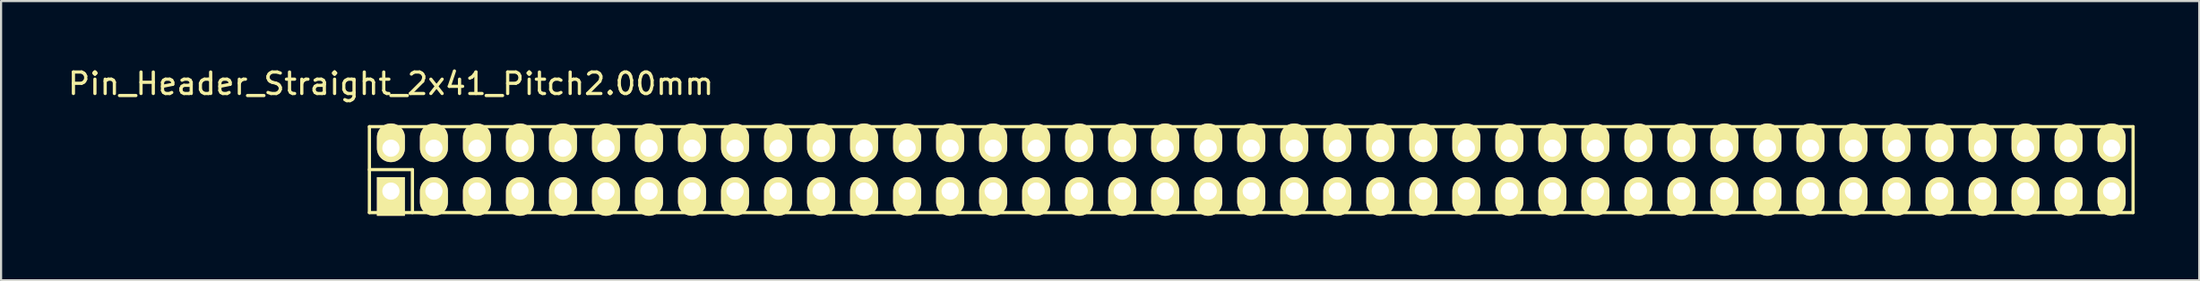
<source format=kicad_pcb>
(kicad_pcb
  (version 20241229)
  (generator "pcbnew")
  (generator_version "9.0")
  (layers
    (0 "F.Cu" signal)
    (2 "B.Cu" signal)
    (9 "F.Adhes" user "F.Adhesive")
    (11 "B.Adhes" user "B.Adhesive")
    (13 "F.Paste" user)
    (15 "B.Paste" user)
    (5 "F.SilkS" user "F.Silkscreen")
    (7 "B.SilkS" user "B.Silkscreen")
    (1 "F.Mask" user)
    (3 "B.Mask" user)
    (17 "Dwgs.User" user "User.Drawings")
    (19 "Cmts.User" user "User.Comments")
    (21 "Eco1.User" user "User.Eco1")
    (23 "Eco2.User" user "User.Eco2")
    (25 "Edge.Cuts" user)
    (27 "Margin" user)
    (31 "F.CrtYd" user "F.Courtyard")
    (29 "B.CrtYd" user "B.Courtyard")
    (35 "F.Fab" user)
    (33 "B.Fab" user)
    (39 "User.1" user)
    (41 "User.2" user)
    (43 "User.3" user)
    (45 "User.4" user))
  (footprint "Pin_Header_Straight_2x41_Pitch2.00mm"
    (layer "F.Cu")
    (at 15.125 5.848)
    (property "Reference" "Pin_Header_Straight_2x41_Pitch2.00mm" (at 0 -5 0) (layer "F.SilkS") (effects (font (size 1 1) (thickness 0.15))))
    (attr through_hole)
    (fp_line (start -1 -3) (end 81 -3) (stroke (width 0.15) (type solid)) (layer "F.SilkS"))
    (fp_line (start -1 -1) (end 1 -1) (stroke (width 0.15) (type solid)) (layer "F.SilkS"))
    (fp_line (start -1 1) (end -1 -3) (stroke (width 0.15) (type solid)) (layer "F.SilkS"))
    (fp_line (start 1 -1) (end 1 1) (stroke (width 0.15) (type solid)) (layer "F.SilkS"))
    (fp_line (start 81 -3) (end 81 1) (stroke (width 0.15) (type solid)) (layer "F.SilkS"))
    (fp_line (start 81 1) (end -1 1) (stroke (width 0.15) (type solid)) (layer "F.SilkS"))
    (pad "1" thru_hole rect (at 0 0) (size 1.3 1.8) (drill 0.8 (offset 0 0.25)) (layers "*.Cu" "*.Mask" "F.SilkS"))
    (pad "2" thru_hole oval (at 0 -2) (size 1.3 1.8) (drill 0.8 (offset 0 -0.25)) (layers "*.Cu" "*.Mask" "F.SilkS"))
    (pad "3" thru_hole oval (at 2 0) (size 1.3 1.8) (drill 0.8 (offset 0 0.25)) (layers "*.Cu" "*.Mask" "F.SilkS"))
    (pad "4" thru_hole oval (at 2 -2) (size 1.3 1.8) (drill 0.8 (offset 0 -0.25)) (layers "*.Cu" "*.Mask" "F.SilkS"))
    (pad "5" thru_hole oval (at 4 0) (size 1.3 1.8) (drill 0.8 (offset 0 0.25)) (layers "*.Cu" "*.Mask" "F.SilkS"))
    (pad "6" thru_hole oval (at 4 -2) (size 1.3 1.8) (drill 0.8 (offset 0 -0.25)) (layers "*.Cu" "*.Mask" "F.SilkS"))
    (pad "7" thru_hole oval (at 6 0) (size 1.3 1.8) (drill 0.8 (offset 0 0.25)) (layers "*.Cu" "*.Mask" "F.SilkS"))
    (pad "8" thru_hole oval (at 6 -2) (size 1.3 1.8) (drill 0.8 (offset 0 -0.25)) (layers "*.Cu" "*.Mask" "F.SilkS"))
    (pad "9" thru_hole oval (at 8 0) (size 1.3 1.8) (drill 0.8 (offset 0 0.25)) (layers "*.Cu" "*.Mask" "F.SilkS"))
    (pad "10" thru_hole oval (at 8 -2) (size 1.3 1.8) (drill 0.8 (offset 0 -0.25)) (layers "*.Cu" "*.Mask" "F.SilkS"))
    (pad "11" thru_hole oval (at 10 0) (size 1.3 1.8) (drill 0.8 (offset 0 0.25)) (layers "*.Cu" "*.Mask" "F.SilkS"))
    (pad "12" thru_hole oval (at 10 -2) (size 1.3 1.8) (drill 0.8 (offset 0 -0.25)) (layers "*.Cu" "*.Mask" "F.SilkS"))
    (pad "13" thru_hole oval (at 12 0) (size 1.3 1.8) (drill 0.8 (offset 0 0.25)) (layers "*.Cu" "*.Mask" "F.SilkS"))
    (pad "14" thru_hole oval (at 12 -2) (size 1.3 1.8) (drill 0.8 (offset 0 -0.25)) (layers "*.Cu" "*.Mask" "F.SilkS"))
    (pad "15" thru_hole oval (at 14 0) (size 1.3 1.8) (drill 0.8 (offset 0 0.25)) (layers "*.Cu" "*.Mask" "F.SilkS"))
    (pad "16" thru_hole oval (at 14 -2) (size 1.3 1.8) (drill 0.8 (offset 0 -0.25)) (layers "*.Cu" "*.Mask" "F.SilkS"))
    (pad "17" thru_hole oval (at 16 0) (size 1.3 1.8) (drill 0.8 (offset 0 0.25)) (layers "*.Cu" "*.Mask" "F.SilkS"))
    (pad "18" thru_hole oval (at 16 -2) (size 1.3 1.8) (drill 0.8 (offset 0 -0.25)) (layers "*.Cu" "*.Mask" "F.SilkS"))
    (pad "19" thru_hole oval (at 18 0) (size 1.3 1.8) (drill 0.8 (offset 0 0.25)) (layers "*.Cu" "*.Mask" "F.SilkS"))
    (pad "20" thru_hole oval (at 18 -2) (size 1.3 1.8) (drill 0.8 (offset 0 -0.25)) (layers "*.Cu" "*.Mask" "F.SilkS"))
    (pad "21" thru_hole oval (at 20 0) (size 1.3 1.8) (drill 0.8 (offset 0 0.25)) (layers "*.Cu" "*.Mask" "F.SilkS"))
    (pad "22" thru_hole oval (at 20 -2) (size 1.3 1.8) (drill 0.8 (offset 0 -0.25)) (layers "*.Cu" "*.Mask" "F.SilkS"))
    (pad "23" thru_hole oval (at 22 0) (size 1.3 1.8) (drill 0.8 (offset 0 0.25)) (layers "*.Cu" "*.Mask" "F.SilkS"))
    (pad "24" thru_hole oval (at 22 -2) (size 1.3 1.8) (drill 0.8 (offset 0 -0.25)) (layers "*.Cu" "*.Mask" "F.SilkS"))
    (pad "25" thru_hole oval (at 24 0) (size 1.3 1.8) (drill 0.8 (offset 0 0.25)) (layers "*.Cu" "*.Mask" "F.SilkS"))
    (pad "26" thru_hole oval (at 24 -2) (size 1.3 1.8) (drill 0.8 (offset 0 -0.25)) (layers "*.Cu" "*.Mask" "F.SilkS"))
    (pad "27" thru_hole oval (at 26 0) (size 1.3 1.8) (drill 0.8 (offset 0 0.25)) (layers "*.Cu" "*.Mask" "F.SilkS"))
    (pad "28" thru_hole oval (at 26 -2) (size 1.3 1.8) (drill 0.8 (offset 0 -0.25)) (layers "*.Cu" "*.Mask" "F.SilkS"))
    (pad "29" thru_hole oval (at 28 0) (size 1.3 1.8) (drill 0.8 (offset 0 0.25)) (layers "*.Cu" "*.Mask" "F.SilkS"))
    (pad "30" thru_hole oval (at 28 -2) (size 1.3 1.8) (drill 0.8 (offset 0 -0.25)) (layers "*.Cu" "*.Mask" "F.SilkS"))
    (pad "31" thru_hole oval (at 30 0) (size 1.3 1.8) (drill 0.8 (offset 0 0.25)) (layers "*.Cu" "*.Mask" "F.SilkS"))
    (pad "32" thru_hole oval (at 30 -2) (size 1.3 1.8) (drill 0.8 (offset 0 -0.25)) (layers "*.Cu" "*.Mask" "F.SilkS"))
    (pad "33" thru_hole oval (at 32 0) (size 1.3 1.8) (drill 0.8 (offset 0 0.25)) (layers "*.Cu" "*.Mask" "F.SilkS"))
    (pad "34" thru_hole oval (at 32 -2) (size 1.3 1.8) (drill 0.8 (offset 0 -0.25)) (layers "*.Cu" "*.Mask" "F.SilkS"))
    (pad "35" thru_hole oval (at 34 0) (size 1.3 1.8) (drill 0.8 (offset 0 0.25)) (layers "*.Cu" "*.Mask" "F.SilkS"))
    (pad "36" thru_hole oval (at 34 -2) (size 1.3 1.8) (drill 0.8 (offset 0 -0.25)) (layers "*.Cu" "*.Mask" "F.SilkS"))
    (pad "37" thru_hole oval (at 36 0) (size 1.3 1.8) (drill 0.8 (offset 0 0.25)) (layers "*.Cu" "*.Mask" "F.SilkS"))
    (pad "38" thru_hole oval (at 36 -2) (size 1.3 1.8) (drill 0.8 (offset 0 -0.25)) (layers "*.Cu" "*.Mask" "F.SilkS"))
    (pad "39" thru_hole oval (at 38 0) (size 1.3 1.8) (drill 0.8 (offset 0 0.25)) (layers "*.Cu" "*.Mask" "F.SilkS"))
    (pad "40" thru_hole oval (at 38 -2) (size 1.3 1.8) (drill 0.8 (offset 0 -0.25)) (layers "*.Cu" "*.Mask" "F.SilkS"))
    (pad "41" thru_hole oval (at 40 0) (size 1.3 1.8) (drill 0.8 (offset 0 0.25)) (layers "*.Cu" "*.Mask" "F.SilkS"))
    (pad "42" thru_hole oval (at 40 -2) (size 1.3 1.8) (drill 0.8 (offset 0 -0.25)) (layers "*.Cu" "*.Mask" "F.SilkS"))
    (pad "43" thru_hole oval (at 42 0) (size 1.3 1.8) (drill 0.8 (offset 0 0.25)) (layers "*.Cu" "*.Mask" "F.SilkS"))
    (pad "44" thru_hole oval (at 42 -2) (size 1.3 1.8) (drill 0.8 (offset 0 -0.25)) (layers "*.Cu" "*.Mask" "F.SilkS"))
    (pad "45" thru_hole oval (at 44 0) (size 1.3 1.8) (drill 0.8 (offset 0 0.25)) (layers "*.Cu" "*.Mask" "F.SilkS"))
    (pad "46" thru_hole oval (at 44 -2) (size 1.3 1.8) (drill 0.8 (offset 0 -0.25)) (layers "*.Cu" "*.Mask" "F.SilkS"))
    (pad "47" thru_hole oval (at 46 0) (size 1.3 1.8) (drill 0.8 (offset 0 0.25)) (layers "*.Cu" "*.Mask" "F.SilkS"))
    (pad "48" thru_hole oval (at 46 -2) (size 1.3 1.8) (drill 0.8 (offset 0 -0.25)) (layers "*.Cu" "*.Mask" "F.SilkS"))
    (pad "49" thru_hole oval (at 48 0) (size 1.3 1.8) (drill 0.8 (offset 0 0.25)) (layers "*.Cu" "*.Mask" "F.SilkS"))
    (pad "50" thru_hole oval (at 48 -2) (size 1.3 1.8) (drill 0.8 (offset 0 -0.25)) (layers "*.Cu" "*.Mask" "F.SilkS"))
    (pad "51" thru_hole oval (at 50 0) (size 1.3 1.8) (drill 0.8 (offset 0 0.25)) (layers "*.Cu" "*.Mask" "F.SilkS"))
    (pad "52" thru_hole oval (at 50 -2) (size 1.3 1.8) (drill 0.8 (offset 0 -0.25)) (layers "*.Cu" "*.Mask" "F.SilkS"))
    (pad "53" thru_hole oval (at 52 0) (size 1.3 1.8) (drill 0.8 (offset 0 0.25)) (layers "*.Cu" "*.Mask" "F.SilkS"))
    (pad "54" thru_hole oval (at 52 -2) (size 1.3 1.8) (drill 0.8 (offset 0 -0.25)) (layers "*.Cu" "*.Mask" "F.SilkS"))
    (pad "55" thru_hole oval (at 54 0) (size 1.3 1.8) (drill 0.8 (offset 0 0.25)) (layers "*.Cu" "*.Mask" "F.SilkS"))
    (pad "56" thru_hole oval (at 54 -2) (size 1.3 1.8) (drill 0.8 (offset 0 -0.25)) (layers "*.Cu" "*.Mask" "F.SilkS"))
    (pad "57" thru_hole oval (at 56 0) (size 1.3 1.8) (drill 0.8 (offset 0 0.25)) (layers "*.Cu" "*.Mask" "F.SilkS"))
    (pad "58" thru_hole oval (at 56 -2) (size 1.3 1.8) (drill 0.8 (offset 0 -0.25)) (layers "*.Cu" "*.Mask" "F.SilkS"))
    (pad "59" thru_hole oval (at 58 0) (size 1.3 1.8) (drill 0.8 (offset 0 0.25)) (layers "*.Cu" "*.Mask" "F.SilkS"))
    (pad "60" thru_hole oval (at 58 -2) (size 1.3 1.8) (drill 0.8 (offset 0 -0.25)) (layers "*.Cu" "*.Mask" "F.SilkS"))
    (pad "61" thru_hole oval (at 60 0) (size 1.3 1.8) (drill 0.8 (offset 0 0.25)) (layers "*.Cu" "*.Mask" "F.SilkS"))
    (pad "62" thru_hole oval (at 60 -2) (size 1.3 1.8) (drill 0.8 (offset 0 -0.25)) (layers "*.Cu" "*.Mask" "F.SilkS"))
    (pad "63" thru_hole oval (at 62 0) (size 1.3 1.8) (drill 0.8 (offset 0 0.25)) (layers "*.Cu" "*.Mask" "F.SilkS"))
    (pad "64" thru_hole oval (at 62 -2) (size 1.3 1.8) (drill 0.8 (offset 0 -0.25)) (layers "*.Cu" "*.Mask" "F.SilkS"))
    (pad "65" thru_hole oval (at 64 0) (size 1.3 1.8) (drill 0.8 (offset 0 0.25)) (layers "*.Cu" "*.Mask" "F.SilkS"))
    (pad "66" thru_hole oval (at 64 -2) (size 1.3 1.8) (drill 0.8 (offset 0 -0.25)) (layers "*.Cu" "*.Mask" "F.SilkS"))
    (pad "67" thru_hole oval (at 66 0) (size 1.3 1.8) (drill 0.8 (offset 0 0.25)) (layers "*.Cu" "*.Mask" "F.SilkS"))
    (pad "68" thru_hole oval (at 66 -2) (size 1.3 1.8) (drill 0.8 (offset 0 -0.25)) (layers "*.Cu" "*.Mask" "F.SilkS"))
    (pad "69" thru_hole oval (at 68 0) (size 1.3 1.8) (drill 0.8 (offset 0 0.25)) (layers "*.Cu" "*.Mask" "F.SilkS"))
    (pad "70" thru_hole oval (at 68 -2) (size 1.3 1.8) (drill 0.8 (offset 0 -0.25)) (layers "*.Cu" "*.Mask" "F.SilkS"))
    (pad "71" thru_hole oval (at 70 0) (size 1.3 1.8) (drill 0.8 (offset 0 0.25)) (layers "*.Cu" "*.Mask" "F.SilkS"))
    (pad "72" thru_hole oval (at 70 -2) (size 1.3 1.8) (drill 0.8 (offset 0 -0.25)) (layers "*.Cu" "*.Mask" "F.SilkS"))
    (pad "73" thru_hole oval (at 72 0) (size 1.3 1.8) (drill 0.8 (offset 0 0.25)) (layers "*.Cu" "*.Mask" "F.SilkS"))
    (pad "74" thru_hole oval (at 72 -2) (size 1.3 1.8) (drill 0.8 (offset 0 -0.25)) (layers "*.Cu" "*.Mask" "F.SilkS"))
    (pad "75" thru_hole oval (at 74 0) (size 1.3 1.8) (drill 0.8 (offset 0 0.25)) (layers "*.Cu" "*.Mask" "F.SilkS"))
    (pad "76" thru_hole oval (at 74 -2) (size 1.3 1.8) (drill 0.8 (offset 0 -0.25)) (layers "*.Cu" "*.Mask" "F.SilkS"))
    (pad "77" thru_hole oval (at 76 0) (size 1.3 1.8) (drill 0.8 (offset 0 0.25)) (layers "*.Cu" "*.Mask" "F.SilkS"))
    (pad "78" thru_hole oval (at 76 -2) (size 1.3 1.8) (drill 0.8 (offset 0 -0.25)) (layers "*.Cu" "*.Mask" "F.SilkS"))
    (pad "79" thru_hole oval (at 78 0) (size 1.3 1.8) (drill 0.8 (offset 0 0.25)) (layers "*.Cu" "*.Mask" "F.SilkS"))
    (pad "80" thru_hole oval (at 78 -2) (size 1.3 1.8) (drill 0.8 (offset 0 -0.25)) (layers "*.Cu" "*.Mask" "F.SilkS"))
    (pad "81" thru_hole oval (at 80 0) (size 1.3 1.8) (drill 0.8 (offset 0 0.25)) (layers "*.Cu" "*.Mask" "F.SilkS"))
    (pad "82" thru_hole oval (at 80 -2) (size 1.3 1.8) (drill 0.8 (offset 0 -0.25)) (layers "*.Cu" "*.Mask" "F.SilkS")))
  (gr_rect
    (start -3 -3)
    (end 99.2 9.998)
    (stroke (width 0.1) (type default))
    (fill no)
    (layer "Edge.Cuts")))
</source>
